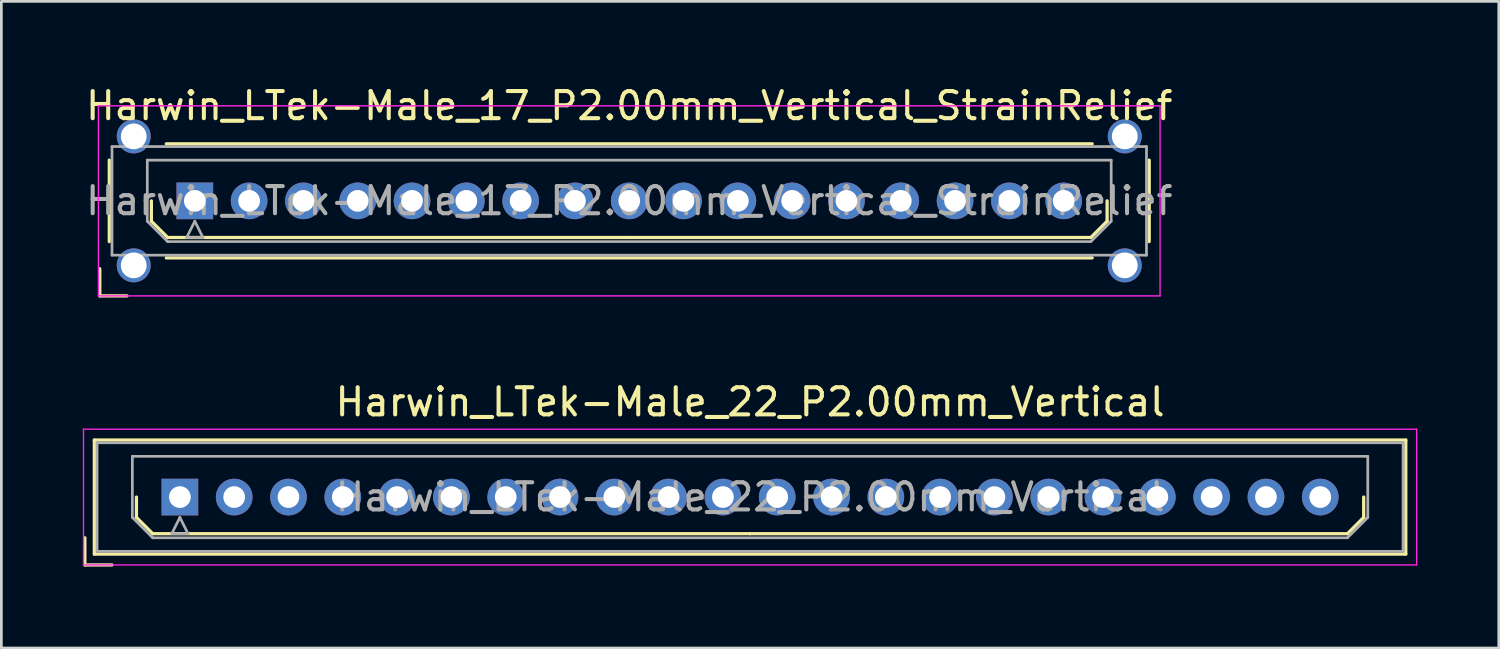
<source format=kicad_pcb>
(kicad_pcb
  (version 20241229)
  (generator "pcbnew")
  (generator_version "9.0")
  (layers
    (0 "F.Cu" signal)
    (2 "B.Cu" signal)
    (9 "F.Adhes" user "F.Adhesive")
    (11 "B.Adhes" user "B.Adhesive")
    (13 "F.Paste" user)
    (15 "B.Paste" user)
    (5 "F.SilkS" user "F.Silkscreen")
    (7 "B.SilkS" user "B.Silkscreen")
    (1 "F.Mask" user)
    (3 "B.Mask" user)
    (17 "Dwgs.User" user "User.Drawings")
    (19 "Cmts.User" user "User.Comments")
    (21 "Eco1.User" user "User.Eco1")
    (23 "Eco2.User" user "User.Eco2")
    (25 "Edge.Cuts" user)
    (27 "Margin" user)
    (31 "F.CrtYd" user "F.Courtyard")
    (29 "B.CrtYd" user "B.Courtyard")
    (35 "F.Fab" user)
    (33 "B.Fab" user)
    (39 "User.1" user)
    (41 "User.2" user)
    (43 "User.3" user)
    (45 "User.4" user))
  (footprint "Harwin_LTek-Male_17_P2.00mm_Vertical_StrainRelief"
    (layer "F.Cu")
    (at 4.125 4.348)
    (property "Reference" "Harwin_LTek-Male_17_P2.00mm_Vertical_StrainRelief" (at 16 -3.5 0) (layer "F.SilkS") (effects (font (size 1 1) (thickness 0.15))))
    (attr through_hole)
    (fp_line (start -3.5 2.5) (end -3.5 3.5) (stroke (width 0.12) (type solid)) (layer "F.SilkS"))
    (fp_line (start -3.5 3.5) (end -2.5 3.5) (stroke (width 0.12) (type solid)) (layer "F.SilkS"))
    (fp_line (start -3.15 -1.5) (end -3.15 1.5) (stroke (width 0.12) (type solid)) (layer "F.SilkS"))
    (fp_line (start -1.6 0) (end -1.6 0.75) (stroke (width 0.12) (type solid)) (layer "F.SilkS"))
    (fp_line (start -1.6 0.75) (end -1 1.35) (stroke (width 0.12) (type solid)) (layer "F.SilkS"))
    (fp_line (start -1.05 -2.1) (end 33.05 -2.1) (stroke (width 0.12) (type solid)) (layer "F.SilkS"))
    (fp_line (start -1.05 2.1) (end 33.05 2.1) (stroke (width 0.12) (type solid)) (layer "F.SilkS"))
    (fp_line (start -1 1.35) (end 16 1.35) (stroke (width 0.12) (type solid)) (layer "F.SilkS"))
    (fp_line (start 33 1.35) (end 16 1.35) (stroke (width 0.12) (type solid)) (layer "F.SilkS"))
    (fp_line (start 33.6 0) (end 33.6 0.75) (stroke (width 0.12) (type solid)) (layer "F.SilkS"))
    (fp_line (start 33.6 0.75) (end 33 1.35) (stroke (width 0.12) (type solid)) (layer "F.SilkS"))
    (fp_line (start 35.15 -1.5) (end 35.15 1.5) (stroke (width 0.12) (type solid)) (layer "F.SilkS"))
    (fp_line (start -3.55 -3.5) (end -3.55 3.5) (stroke (width 0.05) (type solid)) (layer "F.CrtYd"))
    (fp_line (start -3.55 3.5) (end 35.55 3.5) (stroke (width 0.05) (type solid)) (layer "F.CrtYd"))
    (fp_line (start 35.55 -3.5) (end -3.55 -3.5) (stroke (width 0.05) (type solid)) (layer "F.CrtYd"))
    (fp_line (start 35.55 3.5) (end 35.55 -3.5) (stroke (width 0.05) (type solid)) (layer "F.CrtYd"))
    (fp_line (start -3.05 -2) (end -3.05 2) (stroke (width 0.1) (type solid)) (layer "F.Fab"))
    (fp_line (start -3.05 2) (end 35.05 2) (stroke (width 0.1) (type solid)) (layer "F.Fab"))
    (fp_line (start -1.75 -1.5) (end 33.75 -1.5) (stroke (width 0.1) (type solid)) (layer "F.Fab"))
    (fp_line (start -1.75 0.75) (end -1.75 -1.5) (stroke (width 0.1) (type solid)) (layer "F.Fab"))
    (fp_line (start -1 1.5) (end -1.75 0.75) (stroke (width 0.1) (type solid)) (layer "F.Fab"))
    (fp_line (start -0.3 1.35) (end 0.3 1.35) (stroke (width 0.1) (type solid)) (layer "F.Fab"))
    (fp_line (start 0 0.75) (end -0.3 1.35) (stroke (width 0.1) (type solid)) (layer "F.Fab"))
    (fp_line (start 0.3 1.35) (end 0 0.75) (stroke (width 0.1) (type solid)) (layer "F.Fab"))
    (fp_line (start 33 1.5) (end -1 1.5) (stroke (width 0.1) (type solid)) (layer "F.Fab"))
    (fp_line (start 33.75 -1.5) (end 33.75 0.75) (stroke (width 0.1) (type solid)) (layer "F.Fab"))
    (fp_line (start 33.75 0.75) (end 33 1.5) (stroke (width 0.1) (type solid)) (layer "F.Fab"))
    (fp_line (start 35.05 -2) (end -3.05 -2) (stroke (width 0.1) (type solid)) (layer "F.Fab"))
    (fp_line (start 35.05 2) (end 35.05 -2) (stroke (width 0.1) (type solid)) (layer "F.Fab"))
    (fp_text user "${REFERENCE}" (at 16 0 0) (layer "F.Fab") (effects (font (size 1 1) (thickness 0.15))))
    (pad "" thru_hole circle (at -2.25 -2.375) (size 1.25 1.25) (drill 0.95) (layers "*.Cu" "*.Mask"))
    (pad "" thru_hole circle (at -2.25 2.375) (size 1.25 1.25) (drill 0.95) (layers "*.Cu" "*.Mask"))
    (pad "" thru_hole circle (at 34.25 -2.375) (size 1.25 1.25) (drill 0.95) (layers "*.Cu" "*.Mask"))
    (pad "" thru_hole circle (at 34.25 2.375) (size 1.25 1.25) (drill 0.95) (layers "*.Cu" "*.Mask"))
    (pad "1" thru_hole rect (at 0 0) (size 1.35 1.35) (drill 0.8) (layers "*.Cu" "*.Mask"))
    (pad "2" thru_hole circle (at 2 0) (size 1.35 1.35) (drill 0.8) (layers "*.Cu" "*.Mask"))
    (pad "3" thru_hole circle (at 4 0) (size 1.35 1.35) (drill 0.8) (layers "*.Cu" "*.Mask"))
    (pad "4" thru_hole circle (at 6 0) (size 1.35 1.35) (drill 0.8) (layers "*.Cu" "*.Mask"))
    (pad "5" thru_hole circle (at 8 0) (size 1.35 1.35) (drill 0.8) (layers "*.Cu" "*.Mask"))
    (pad "6" thru_hole circle (at 10 0) (size 1.35 1.35) (drill 0.8) (layers "*.Cu" "*.Mask"))
    (pad "7" thru_hole circle (at 12 0) (size 1.35 1.35) (drill 0.8) (layers "*.Cu" "*.Mask"))
    (pad "8" thru_hole circle (at 14 0) (size 1.35 1.35) (drill 0.8) (layers "*.Cu" "*.Mask"))
    (pad "9" thru_hole circle (at 16 0) (size 1.35 1.35) (drill 0.8) (layers "*.Cu" "*.Mask"))
    (pad "10" thru_hole circle (at 18 0) (size 1.35 1.35) (drill 0.8) (layers "*.Cu" "*.Mask"))
    (pad "11" thru_hole circle (at 20 0) (size 1.35 1.35) (drill 0.8) (layers "*.Cu" "*.Mask"))
    (pad "12" thru_hole circle (at 22 0) (size 1.35 1.35) (drill 0.8) (layers "*.Cu" "*.Mask"))
    (pad "13" thru_hole circle (at 24 0) (size 1.35 1.35) (drill 0.8) (layers "*.Cu" "*.Mask"))
    (pad "14" thru_hole circle (at 26 0) (size 1.35 1.35) (drill 0.8) (layers "*.Cu" "*.Mask"))
    (pad "15" thru_hole circle (at 28 0) (size 1.35 1.35) (drill 0.8) (layers "*.Cu" "*.Mask"))
    (pad "16" thru_hole circle (at 30 0) (size 1.35 1.35) (drill 0.8) (layers "*.Cu" "*.Mask"))
    (pad "17" thru_hole circle (at 32 0) (size 1.35 1.35) (drill 0.8) (layers "*.Cu" "*.Mask")))
  (footprint "Harwin_LTek-Male_22_P2.00mm_Vertical"
    (layer "F.Cu")
    (at 3.575 15.257)
    (property "Reference" "Harwin_LTek-Male_22_P2.00mm_Vertical" (at 21 -3.5 0) (layer "F.SilkS") (effects (font (size 1 1) (thickness 0.15))))
    (attr through_hole)
    (fp_line (start -3.5 1.5) (end -3.5 2.5) (stroke (width 0.12) (type solid)) (layer "F.SilkS"))
    (fp_line (start -3.5 2.5) (end -2.5 2.5) (stroke (width 0.12) (type solid)) (layer "F.SilkS"))
    (fp_line (start -3.15 -2.1) (end -3.15 2.1) (stroke (width 0.12) (type solid)) (layer "F.SilkS"))
    (fp_line (start -3.15 2.1) (end 45.15 2.1) (stroke (width 0.12) (type solid)) (layer "F.SilkS"))
    (fp_line (start -1.6 0) (end -1.6 0.75) (stroke (width 0.12) (type solid)) (layer "F.SilkS"))
    (fp_line (start -1.6 0.75) (end -1 1.35) (stroke (width 0.12) (type solid)) (layer "F.SilkS"))
    (fp_line (start -1 1.35) (end 21 1.35) (stroke (width 0.12) (type solid)) (layer "F.SilkS"))
    (fp_line (start 43 1.35) (end 21 1.35) (stroke (width 0.12) (type solid)) (layer "F.SilkS"))
    (fp_line (start 43.6 0) (end 43.6 0.75) (stroke (width 0.12) (type solid)) (layer "F.SilkS"))
    (fp_line (start 43.6 0.75) (end 43 1.35) (stroke (width 0.12) (type solid)) (layer "F.SilkS"))
    (fp_line (start 45.15 -2.1) (end -3.15 -2.1) (stroke (width 0.12) (type solid)) (layer "F.SilkS"))
    (fp_line (start 45.15 2.1) (end 45.15 -2.1) (stroke (width 0.12) (type solid)) (layer "F.SilkS"))
    (fp_line (start -3.55 -2.5) (end -3.55 2.5) (stroke (width 0.05) (type solid)) (layer "F.CrtYd"))
    (fp_line (start -3.55 2.5) (end 45.55 2.5) (stroke (width 0.05) (type solid)) (layer "F.CrtYd"))
    (fp_line (start 45.55 -2.5) (end -3.55 -2.5) (stroke (width 0.05) (type solid)) (layer "F.CrtYd"))
    (fp_line (start 45.55 2.5) (end 45.55 -2.5) (stroke (width 0.05) (type solid)) (layer "F.CrtYd"))
    (fp_line (start -3.05 -2) (end -3.05 2) (stroke (width 0.1) (type solid)) (layer "F.Fab"))
    (fp_line (start -3.05 2) (end 45.05 2) (stroke (width 0.1) (type solid)) (layer "F.Fab"))
    (fp_line (start -1.75 -1.5) (end 43.75 -1.5) (stroke (width 0.1) (type solid)) (layer "F.Fab"))
    (fp_line (start -1.75 0.75) (end -1.75 -1.5) (stroke (width 0.1) (type solid)) (layer "F.Fab"))
    (fp_line (start -1 1.5) (end -1.75 0.75) (stroke (width 0.1) (type solid)) (layer "F.Fab"))
    (fp_line (start -0.3 1.35) (end 0.3 1.35) (stroke (width 0.1) (type solid)) (layer "F.Fab"))
    (fp_line (start 0 0.75) (end -0.3 1.35) (stroke (width 0.1) (type solid)) (layer "F.Fab"))
    (fp_line (start 0.3 1.35) (end 0 0.75) (stroke (width 0.1) (type solid)) (layer "F.Fab"))
    (fp_line (start 43 1.5) (end -1 1.5) (stroke (width 0.1) (type solid)) (layer "F.Fab"))
    (fp_line (start 43.75 -1.5) (end 43.75 0.75) (stroke (width 0.1) (type solid)) (layer "F.Fab"))
    (fp_line (start 43.75 0.75) (end 43 1.5) (stroke (width 0.1) (type solid)) (layer "F.Fab"))
    (fp_line (start 45.05 -2) (end -3.05 -2) (stroke (width 0.1) (type solid)) (layer "F.Fab"))
    (fp_line (start 45.05 2) (end 45.05 -2) (stroke (width 0.1) (type solid)) (layer "F.Fab"))
    (fp_text user "${REFERENCE}" (at 21 0 0) (layer "F.Fab") (effects (font (size 1 1) (thickness 0.15))))
    (pad "1" thru_hole rect (at 0 0) (size 1.35 1.35) (drill 0.8) (layers "*.Cu" "*.Mask"))
    (pad "2" thru_hole circle (at 2 0) (size 1.35 1.35) (drill 0.8) (layers "*.Cu" "*.Mask"))
    (pad "3" thru_hole circle (at 4 0) (size 1.35 1.35) (drill 0.8) (layers "*.Cu" "*.Mask"))
    (pad "4" thru_hole circle (at 6 0) (size 1.35 1.35) (drill 0.8) (layers "*.Cu" "*.Mask"))
    (pad "5" thru_hole circle (at 8 0) (size 1.35 1.35) (drill 0.8) (layers "*.Cu" "*.Mask"))
    (pad "6" thru_hole circle (at 10 0) (size 1.35 1.35) (drill 0.8) (layers "*.Cu" "*.Mask"))
    (pad "7" thru_hole circle (at 12 0) (size 1.35 1.35) (drill 0.8) (layers "*.Cu" "*.Mask"))
    (pad "8" thru_hole circle (at 14 0) (size 1.35 1.35) (drill 0.8) (layers "*.Cu" "*.Mask"))
    (pad "9" thru_hole circle (at 16 0) (size 1.35 1.35) (drill 0.8) (layers "*.Cu" "*.Mask"))
    (pad "10" thru_hole circle (at 18 0) (size 1.35 1.35) (drill 0.8) (layers "*.Cu" "*.Mask"))
    (pad "11" thru_hole circle (at 20 0) (size 1.35 1.35) (drill 0.8) (layers "*.Cu" "*.Mask"))
    (pad "12" thru_hole circle (at 22 0) (size 1.35 1.35) (drill 0.8) (layers "*.Cu" "*.Mask"))
    (pad "13" thru_hole circle (at 24 0) (size 1.35 1.35) (drill 0.8) (layers "*.Cu" "*.Mask"))
    (pad "14" thru_hole circle (at 26 0) (size 1.35 1.35) (drill 0.8) (layers "*.Cu" "*.Mask"))
    (pad "15" thru_hole circle (at 28 0) (size 1.35 1.35) (drill 0.8) (layers "*.Cu" "*.Mask"))
    (pad "16" thru_hole circle (at 30 0) (size 1.35 1.35) (drill 0.8) (layers "*.Cu" "*.Mask"))
    (pad "17" thru_hole circle (at 32 0) (size 1.35 1.35) (drill 0.8) (layers "*.Cu" "*.Mask"))
    (pad "18" thru_hole circle (at 34 0) (size 1.35 1.35) (drill 0.8) (layers "*.Cu" "*.Mask"))
    (pad "19" thru_hole circle (at 36 0) (size 1.35 1.35) (drill 0.8) (layers "*.Cu" "*.Mask"))
    (pad "20" thru_hole circle (at 38 0) (size 1.35 1.35) (drill 0.8) (layers "*.Cu" "*.Mask"))
    (pad "21" thru_hole circle (at 40 0) (size 1.35 1.35) (drill 0.8) (layers "*.Cu" "*.Mask"))
    (pad "22" thru_hole circle (at 42 0) (size 1.35 1.35) (drill 0.8) (layers "*.Cu" "*.Mask")))
  (gr_rect
    (start -3 -3)
    (end 52.15 20.817)
    (stroke (width 0.1) (type default))
    (fill no)
    (layer "Edge.Cuts")))
</source>
